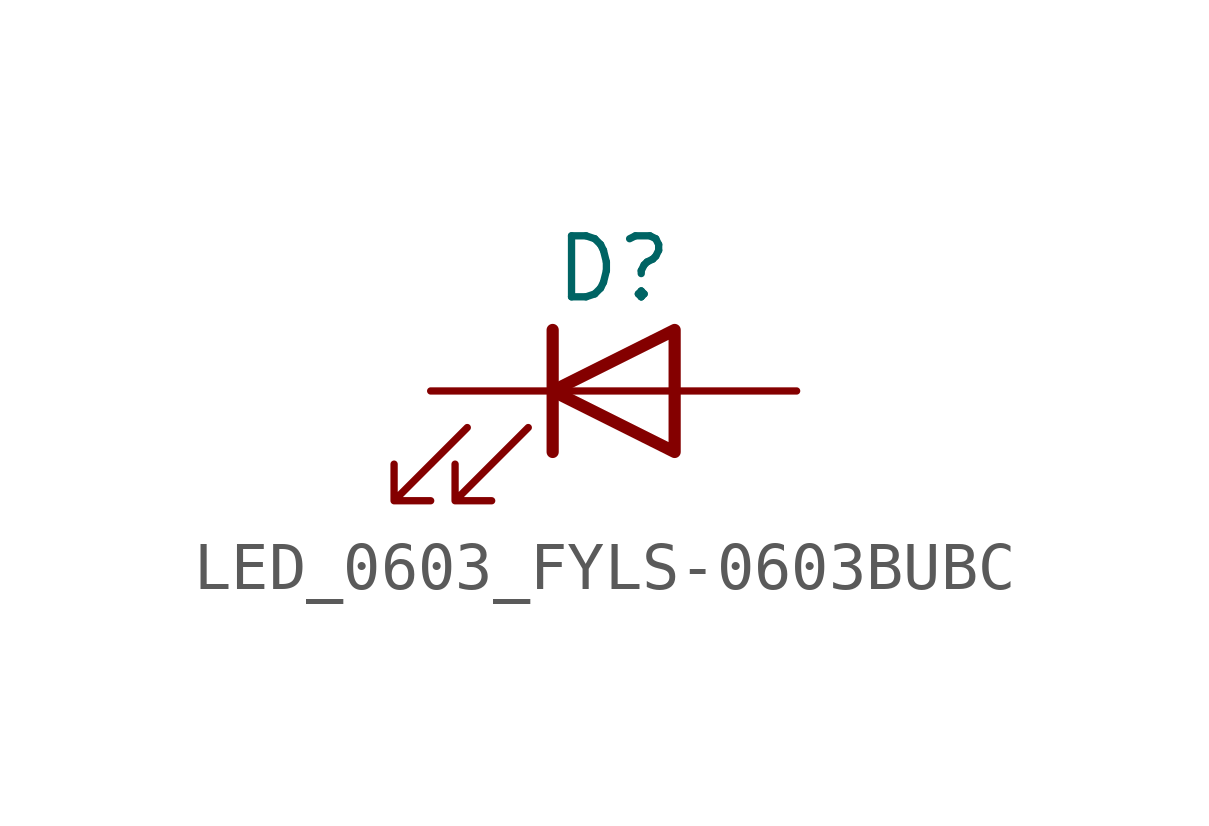
<source format=kicad_sym>
(kicad_symbol_lib
  (version 20220914)
  (generator kicad_symbol_editor)
  (symbol "LED_0603_FYLS-0603BUBC"
    (pin_numbers hide)
    (pin_names
      (offset 1.016) hide)
    (property "Reference" "D"
      (at 0 2.54 0)
      (effects (font (size 1.27 1.27))))
    (symbol "LED_0603_FYLS-0603BUBC_0_1"
      (polyline (pts (xy -1.27 -1.27) (xy -1.27 1.27)) (stroke (width 0.254) (type default)) (fill (type none)))
      (polyline (pts (xy -1.27 0) (xy 1.27 0)) (stroke (width 0) (type default)) (fill (type none)))
      (polyline (pts (xy 1.27 -1.27) (xy 1.27 1.27) (xy -1.27 0) (xy 1.27 -1.27)) (stroke (width 0.254) (type default)) (fill (type none)))
      (polyline (pts (xy -3.048 -0.762) (xy -4.572 -2.286) (xy -3.81 -2.286) (xy -4.572 -2.286) (xy -4.572 -1.524)) (stroke (width 0) (type default)) (fill (type none)))
      (polyline (pts (xy -1.778 -0.762) (xy -3.302 -2.286) (xy -2.54 -2.286) (xy -3.302 -2.286) (xy -3.302 -1.524)) (stroke (width 0) (type default)) (fill (type none))))
    (symbol "LED_0603_FYLS-0603BUBC_1_1"
      (pin passive line (at -3.81 0 0) (length 2.54) (name "K" (effects (font (size 1.27 1.27)))) (number "1" (effects (font (size 1.27 1.27)))))
      (pin passive line (at 3.81 0 180) (length 2.54) (name "A" (effects (font (size 1.27 1.27)))) (number "2" (effects (font (size 1.27 1.27))))))))
</source>
